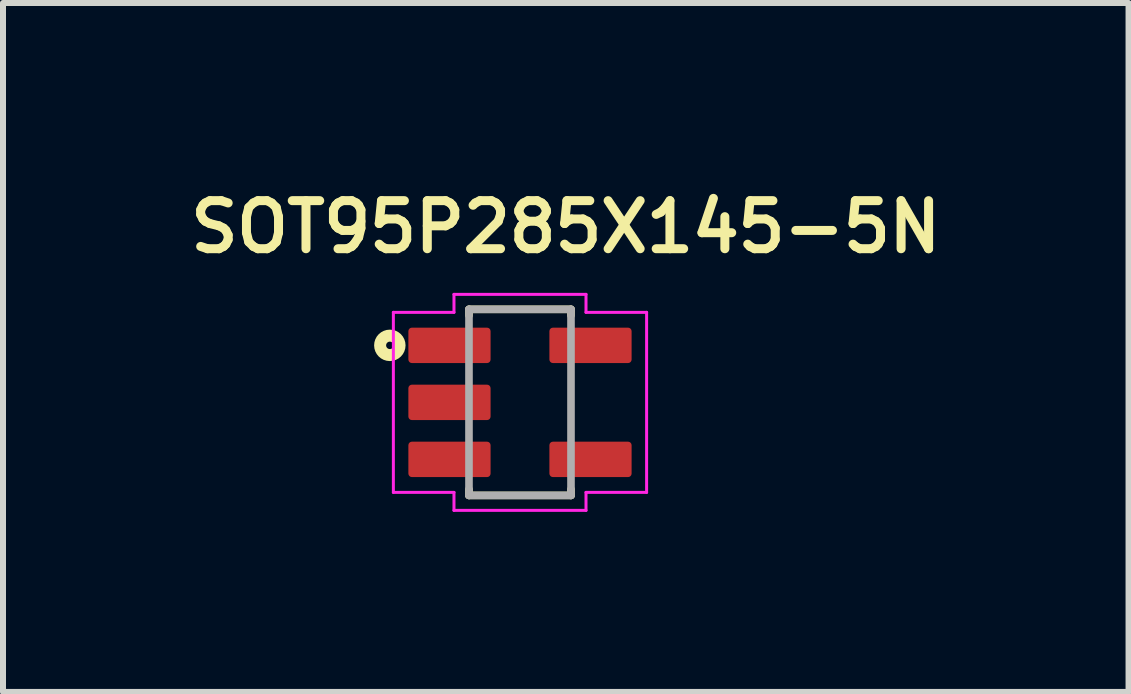
<source format=kicad_pcb>
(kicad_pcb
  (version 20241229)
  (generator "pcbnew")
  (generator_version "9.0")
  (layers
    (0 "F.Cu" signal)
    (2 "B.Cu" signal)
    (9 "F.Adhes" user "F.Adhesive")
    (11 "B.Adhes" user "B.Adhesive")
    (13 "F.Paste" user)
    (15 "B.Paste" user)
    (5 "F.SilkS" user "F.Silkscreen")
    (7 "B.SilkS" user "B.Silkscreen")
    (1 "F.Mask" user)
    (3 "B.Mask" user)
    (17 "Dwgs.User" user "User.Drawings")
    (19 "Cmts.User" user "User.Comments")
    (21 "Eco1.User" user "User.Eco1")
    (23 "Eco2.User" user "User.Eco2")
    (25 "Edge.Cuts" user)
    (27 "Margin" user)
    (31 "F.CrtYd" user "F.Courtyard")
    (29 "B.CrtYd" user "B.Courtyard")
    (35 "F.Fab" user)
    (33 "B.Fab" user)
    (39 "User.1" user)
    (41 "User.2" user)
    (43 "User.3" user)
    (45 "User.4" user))
  (footprint "SOT95P285X145-5N"
    (layer "F.Cu")
    (at 5.615 3.655)
    (property "Reference" "SOT95P285X145-5N" (at 0.763 -2.923 0) (layer "F.SilkS") (effects (font (size 0.801 0.801) (thickness 0.15))))
    (attr through_hole)
    (fp_line (start -0.85 -1.55) (end -0.85 -1.45) (stroke (width 0.127) (type solid)) (layer "F.SilkS"))
    (fp_line (start -0.85 1.55) (end -0.85 1.45) (stroke (width 0.127) (type solid)) (layer "F.SilkS"))
    (fp_line (start 0.85 -1.55) (end -0.85 -1.55) (stroke (width 0.127) (type solid)) (layer "F.SilkS"))
    (fp_line (start 0.85 -1.55) (end 0.85 -1.45) (stroke (width 0.127) (type solid)) (layer "F.SilkS"))
    (fp_line (start 0.85 1.55) (end -0.85 1.55) (stroke (width 0.127) (type solid)) (layer "F.SilkS"))
    (fp_line (start 0.85 1.55) (end 0.85 1.45) (stroke (width 0.127) (type solid)) (layer "F.SilkS"))
    (fp_circle (center -2.169 -0.95) (end -2.107 -0.95) (stroke (width 0.2) (type solid)) (fill no) (layer "F.SilkS"))
    (fp_line (start -2.11 -1.5) (end -2.11 1.5) (stroke (width 0.05) (type solid)) (layer "F.CrtYd"))
    (fp_line (start -2.11 1.5) (end -1.1 1.5) (stroke (width 0.05) (type solid)) (layer "F.CrtYd"))
    (fp_line (start -1.1 -1.8) (end -1.1 -1.5) (stroke (width 0.05) (type solid)) (layer "F.CrtYd"))
    (fp_line (start -1.1 -1.5) (end -2.11 -1.5) (stroke (width 0.05) (type solid)) (layer "F.CrtYd"))
    (fp_line (start -1.1 1.5) (end -1.1 1.8) (stroke (width 0.05) (type solid)) (layer "F.CrtYd"))
    (fp_line (start -1.1 1.8) (end 1.1 1.8) (stroke (width 0.05) (type solid)) (layer "F.CrtYd"))
    (fp_line (start 1.1 -1.8) (end -1.1 -1.8) (stroke (width 0.05) (type solid)) (layer "F.CrtYd"))
    (fp_line (start 1.1 -1.5) (end 1.1 -1.8) (stroke (width 0.05) (type solid)) (layer "F.CrtYd"))
    (fp_line (start 1.1 1.5) (end 2.11 1.5) (stroke (width 0.05) (type solid)) (layer "F.CrtYd"))
    (fp_line (start 1.1 1.8) (end 1.1 1.5) (stroke (width 0.05) (type solid)) (layer "F.CrtYd"))
    (fp_line (start 2.11 -1.5) (end 1.1 -1.5) (stroke (width 0.05) (type solid)) (layer "F.CrtYd"))
    (fp_line (start 2.11 1.5) (end 2.11 -1.5) (stroke (width 0.05) (type solid)) (layer "F.CrtYd"))
    (fp_line (start -0.85 -1.55) (end 0.85 -1.55) (stroke (width 0.127) (type solid)) (layer "F.Fab"))
    (fp_line (start -0.85 1.55) (end -0.85 -1.55) (stroke (width 0.127) (type solid)) (layer "F.Fab"))
    (fp_line (start 0.85 -1.55) (end 0.85 1.55) (stroke (width 0.127) (type solid)) (layer "F.Fab"))
    (fp_line (start 0.85 1.55) (end -0.85 1.55) (stroke (width 0.127) (type solid)) (layer "F.Fab"))
    (pad "1" smd roundrect (at -1.175 -0.95 270) (size 0.59 1.37) (layers "F.Cu" "F.Mask" "F.Paste") (roundrect_rratio 0.1))
    (pad "2" smd roundrect (at -1.175 0 270) (size 0.59 1.37) (layers "F.Cu" "F.Mask" "F.Paste") (roundrect_rratio 0.1))
    (pad "3" smd roundrect (at -1.175 0.95 270) (size 0.59 1.37) (layers "F.Cu" "F.Mask" "F.Paste") (roundrect_rratio 0.1))
    (pad "4" smd roundrect (at 1.175 0.95 270) (size 0.59 1.37) (layers "F.Cu" "F.Mask" "F.Paste") (roundrect_rratio 0.1))
    (pad "5" smd roundrect (at 1.175 -0.95 270) (size 0.59 1.37) (layers "F.Cu" "F.Mask" "F.Paste") (roundrect_rratio 0.1)))
  (gr_rect
    (start -3 -3)
    (end 15.756 8.48)
    (stroke (width 0.1) (type default))
    (fill no)
    (layer "Edge.Cuts")))
</source>
